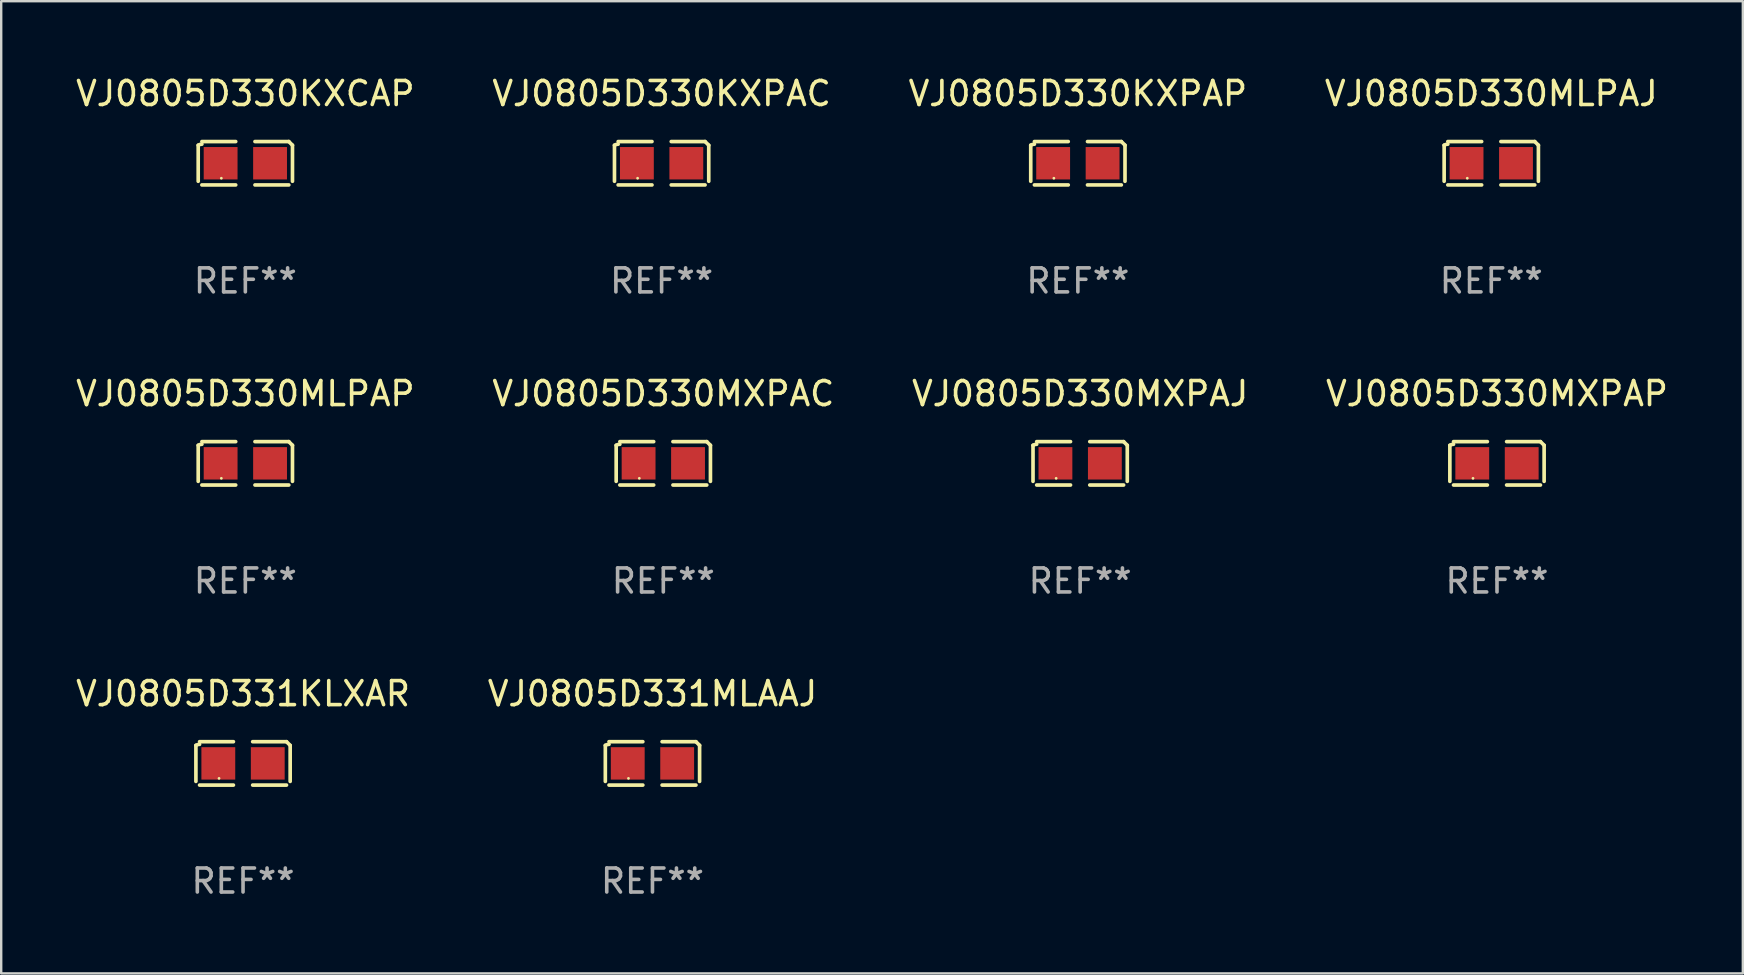
<source format=kicad_pcb>
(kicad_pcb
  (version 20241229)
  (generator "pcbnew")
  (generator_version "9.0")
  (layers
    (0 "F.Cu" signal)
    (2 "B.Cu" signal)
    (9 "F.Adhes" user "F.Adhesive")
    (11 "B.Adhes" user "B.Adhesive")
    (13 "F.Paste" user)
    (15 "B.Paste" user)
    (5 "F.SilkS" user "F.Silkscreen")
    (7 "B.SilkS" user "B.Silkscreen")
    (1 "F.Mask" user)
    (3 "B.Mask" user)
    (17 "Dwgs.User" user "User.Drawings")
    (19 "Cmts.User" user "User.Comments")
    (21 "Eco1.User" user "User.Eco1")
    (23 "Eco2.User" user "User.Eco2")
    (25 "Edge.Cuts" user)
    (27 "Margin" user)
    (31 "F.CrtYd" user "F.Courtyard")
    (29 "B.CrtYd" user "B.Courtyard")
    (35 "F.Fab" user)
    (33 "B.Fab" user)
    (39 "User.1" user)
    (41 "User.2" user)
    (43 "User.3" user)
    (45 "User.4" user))
  (footprint "VJ0805D330KXPAP"
    (layer "F.Cu")
    (at 41.863 3.752)
    (property "Reference" "VJ0805D330KXPAP" (at 0 -2.904 0) (layer "F.SilkS") (effects (font (size 1 1) (thickness 0.15))))
    (attr through_hole)
    (fp_line (start -1.964 0.751) (end -1.964 -0.751) (stroke (width 0.152) (type solid)) (layer "F.SilkS"))
    (fp_line (start -1.811 -0.904) (end -0.401 -0.904) (stroke (width 0.152) (type solid)) (layer "F.SilkS"))
    (fp_line (start -0.401 0.904) (end -1.811 0.904) (stroke (width 0.152) (type solid)) (layer "F.SilkS"))
    (fp_line (start 0.401 0.904) (end 1.811 0.904) (stroke (width 0.152) (type solid)) (layer "F.SilkS"))
    (fp_line (start 1.811 -0.904) (end 0.401 -0.904) (stroke (width 0.152) (type solid)) (layer "F.SilkS"))
    (fp_line (start 1.964 0.751) (end 1.964 -0.751) (stroke (width 0.152) (type solid)) (layer "F.SilkS"))
    (fp_arc (start -1.963602 -0.751207) (mid -1.890354 -0.783131) (end -1.811201 -0.794044) (stroke (width 0.1524) (type solid)) (layer "F.SilkS"))
    (fp_arc (start 1.811202 -0.903607) (mid 1.887413 -0.827418) (end 1.963602 -0.751207) (stroke (width 0.1524) (type solid)) (layer "F.SilkS"))
    (fp_circle (center -1 0.625) (end -0.97 0.625) (stroke (width 0.06) (type solid)) (fill no) (layer "F.SilkS"))
    (fp_text user "REF**" (at 0 4.904 0) (layer "F.Fab") (effects (font (size 1 1) (thickness 0.15))))
    (pad "1" smd rect (at -1.03 0) (size 1.41 1.35) (layers "F.Cu" "F.Mask" "F.Paste"))
    (pad "2" smd rect (at 1.03 0) (size 1.41 1.35) (layers "F.Cu" "F.Mask" "F.Paste")))
  (footprint "VJ0805D330KXCAP"
    (layer "F.Cu")
    (at 7.173 3.752)
    (property "Reference" "VJ0805D330KXCAP" (at 0 -2.904 0) (layer "F.SilkS") (effects (font (size 1 1) (thickness 0.15))))
    (attr through_hole)
    (fp_line (start -1.964 0.751) (end -1.964 -0.751) (stroke (width 0.152) (type solid)) (layer "F.SilkS"))
    (fp_line (start -1.811 -0.904) (end -0.401 -0.904) (stroke (width 0.152) (type solid)) (layer "F.SilkS"))
    (fp_line (start -0.401 0.904) (end -1.811 0.904) (stroke (width 0.152) (type solid)) (layer "F.SilkS"))
    (fp_line (start 0.401 0.904) (end 1.811 0.904) (stroke (width 0.152) (type solid)) (layer "F.SilkS"))
    (fp_line (start 1.811 -0.904) (end 0.401 -0.904) (stroke (width 0.152) (type solid)) (layer "F.SilkS"))
    (fp_line (start 1.964 0.751) (end 1.964 -0.751) (stroke (width 0.152) (type solid)) (layer "F.SilkS"))
    (fp_arc (start -1.963602 -0.751207) (mid -1.890354 -0.783131) (end -1.811201 -0.794044) (stroke (width 0.1524) (type solid)) (layer "F.SilkS"))
    (fp_arc (start 1.811202 -0.903607) (mid 1.887413 -0.827418) (end 1.963602 -0.751207) (stroke (width 0.1524) (type solid)) (layer "F.SilkS"))
    (fp_circle (center -1 0.625) (end -0.97 0.625) (stroke (width 0.06) (type solid)) (fill no) (layer "F.SilkS"))
    (fp_text user "REF**" (at 0 4.904 0) (layer "F.Fab") (effects (font (size 1 1) (thickness 0.15))))
    (pad "1" smd rect (at -1.03 0) (size 1.41 1.35) (layers "F.Cu" "F.Mask" "F.Paste"))
    (pad "2" smd rect (at 1.03 0) (size 1.41 1.35) (layers "F.Cu" "F.Mask" "F.Paste")))
  (footprint "VJ0805D330MXPAJ"
    (layer "F.Cu")
    (at 41.958 16.256)
    (property "Reference" "VJ0805D330MXPAJ" (at 0 -2.904 0) (layer "F.SilkS") (effects (font (size 1 1) (thickness 0.15))))
    (attr through_hole)
    (fp_line (start -1.964 0.751) (end -1.964 -0.751) (stroke (width 0.152) (type solid)) (layer "F.SilkS"))
    (fp_line (start -1.811 -0.904) (end -0.401 -0.904) (stroke (width 0.152) (type solid)) (layer "F.SilkS"))
    (fp_line (start -0.401 0.904) (end -1.811 0.904) (stroke (width 0.152) (type solid)) (layer "F.SilkS"))
    (fp_line (start 0.401 0.904) (end 1.811 0.904) (stroke (width 0.152) (type solid)) (layer "F.SilkS"))
    (fp_line (start 1.811 -0.904) (end 0.401 -0.904) (stroke (width 0.152) (type solid)) (layer "F.SilkS"))
    (fp_line (start 1.964 0.751) (end 1.964 -0.751) (stroke (width 0.152) (type solid)) (layer "F.SilkS"))
    (fp_arc (start -1.963602 -0.751207) (mid -1.890354 -0.783131) (end -1.811201 -0.794044) (stroke (width 0.1524) (type solid)) (layer "F.SilkS"))
    (fp_arc (start 1.811202 -0.903607) (mid 1.887413 -0.827418) (end 1.963602 -0.751207) (stroke (width 0.1524) (type solid)) (layer "F.SilkS"))
    (fp_circle (center -1 0.625) (end -0.97 0.625) (stroke (width 0.06) (type solid)) (fill no) (layer "F.SilkS"))
    (fp_text user "REF**" (at 0 4.904 0) (layer "F.Fab") (effects (font (size 1 1) (thickness 0.15))))
    (pad "1" smd rect (at -1.03 0) (size 1.41 1.35) (layers "F.Cu" "F.Mask" "F.Paste"))
    (pad "2" smd rect (at 1.03 0) (size 1.41 1.35) (layers "F.Cu" "F.Mask" "F.Paste")))
  (footprint "VJ0805D331KLXAR"
    (layer "F.Cu")
    (at 7.077 28.759)
    (property "Reference" "VJ0805D331KLXAR" (at 0 -2.904 0) (layer "F.SilkS") (effects (font (size 1 1) (thickness 0.15))))
    (attr through_hole)
    (fp_line (start -1.964 0.751) (end -1.964 -0.751) (stroke (width 0.152) (type solid)) (layer "F.SilkS"))
    (fp_line (start -1.811 -0.904) (end -0.401 -0.904) (stroke (width 0.152) (type solid)) (layer "F.SilkS"))
    (fp_line (start -0.401 0.904) (end -1.811 0.904) (stroke (width 0.152) (type solid)) (layer "F.SilkS"))
    (fp_line (start 0.401 0.904) (end 1.811 0.904) (stroke (width 0.152) (type solid)) (layer "F.SilkS"))
    (fp_line (start 1.811 -0.904) (end 0.401 -0.904) (stroke (width 0.152) (type solid)) (layer "F.SilkS"))
    (fp_line (start 1.964 0.751) (end 1.964 -0.751) (stroke (width 0.152) (type solid)) (layer "F.SilkS"))
    (fp_arc (start -1.963602 -0.751207) (mid -1.890354 -0.783131) (end -1.811201 -0.794044) (stroke (width 0.1524) (type solid)) (layer "F.SilkS"))
    (fp_arc (start 1.811202 -0.903607) (mid 1.887413 -0.827418) (end 1.963602 -0.751207) (stroke (width 0.1524) (type solid)) (layer "F.SilkS"))
    (fp_circle (center -1 0.625) (end -0.97 0.625) (stroke (width 0.06) (type solid)) (fill no) (layer "F.SilkS"))
    (fp_text user "REF**" (at 0 4.904 0) (layer "F.Fab") (effects (font (size 1 1) (thickness 0.15))))
    (pad "1" smd rect (at -1.03 0) (size 1.41 1.35) (layers "F.Cu" "F.Mask" "F.Paste"))
    (pad "2" smd rect (at 1.03 0) (size 1.41 1.35) (layers "F.Cu" "F.Mask" "F.Paste")))
  (footprint "VJ0805D330MXPAC"
    (layer "F.Cu")
    (at 24.589 16.256)
    (property "Reference" "VJ0805D330MXPAC" (at 0 -2.904 0) (layer "F.SilkS") (effects (font (size 1 1) (thickness 0.15))))
    (attr through_hole)
    (fp_line (start -1.964 0.751) (end -1.964 -0.751) (stroke (width 0.152) (type solid)) (layer "F.SilkS"))
    (fp_line (start -1.811 -0.904) (end -0.401 -0.904) (stroke (width 0.152) (type solid)) (layer "F.SilkS"))
    (fp_line (start -0.401 0.904) (end -1.811 0.904) (stroke (width 0.152) (type solid)) (layer "F.SilkS"))
    (fp_line (start 0.401 0.904) (end 1.811 0.904) (stroke (width 0.152) (type solid)) (layer "F.SilkS"))
    (fp_line (start 1.811 -0.904) (end 0.401 -0.904) (stroke (width 0.152) (type solid)) (layer "F.SilkS"))
    (fp_line (start 1.964 0.751) (end 1.964 -0.751) (stroke (width 0.152) (type solid)) (layer "F.SilkS"))
    (fp_arc (start -1.963602 -0.751207) (mid -1.890354 -0.783131) (end -1.811201 -0.794044) (stroke (width 0.1524) (type solid)) (layer "F.SilkS"))
    (fp_arc (start 1.811202 -0.903607) (mid 1.887413 -0.827418) (end 1.963602 -0.751207) (stroke (width 0.1524) (type solid)) (layer "F.SilkS"))
    (fp_circle (center -1 0.625) (end -0.97 0.625) (stroke (width 0.06) (type solid)) (fill no) (layer "F.SilkS"))
    (fp_text user "REF**" (at 0 4.904 0) (layer "F.Fab") (effects (font (size 1 1) (thickness 0.15))))
    (pad "1" smd rect (at -1.03 0) (size 1.41 1.35) (layers "F.Cu" "F.Mask" "F.Paste"))
    (pad "2" smd rect (at 1.03 0) (size 1.41 1.35) (layers "F.Cu" "F.Mask" "F.Paste")))
  (footprint "VJ0805D331MLAAJ"
    (layer "F.Cu")
    (at 24.137 28.759)
    (property "Reference" "VJ0805D331MLAAJ" (at 0 -2.904 0) (layer "F.SilkS") (effects (font (size 1 1) (thickness 0.15))))
    (attr through_hole)
    (fp_line (start -1.964 0.751) (end -1.964 -0.751) (stroke (width 0.152) (type solid)) (layer "F.SilkS"))
    (fp_line (start -1.811 -0.904) (end -0.401 -0.904) (stroke (width 0.152) (type solid)) (layer "F.SilkS"))
    (fp_line (start -0.401 0.904) (end -1.811 0.904) (stroke (width 0.152) (type solid)) (layer "F.SilkS"))
    (fp_line (start 0.401 0.904) (end 1.811 0.904) (stroke (width 0.152) (type solid)) (layer "F.SilkS"))
    (fp_line (start 1.811 -0.904) (end 0.401 -0.904) (stroke (width 0.152) (type solid)) (layer "F.SilkS"))
    (fp_line (start 1.964 0.751) (end 1.964 -0.751) (stroke (width 0.152) (type solid)) (layer "F.SilkS"))
    (fp_arc (start -1.963602 -0.751207) (mid -1.890354 -0.783131) (end -1.811201 -0.794044) (stroke (width 0.1524) (type solid)) (layer "F.SilkS"))
    (fp_arc (start 1.811202 -0.903607) (mid 1.887413 -0.827418) (end 1.963602 -0.751207) (stroke (width 0.1524) (type solid)) (layer "F.SilkS"))
    (fp_circle (center -1 0.625) (end -0.97 0.625) (stroke (width 0.06) (type solid)) (fill no) (layer "F.SilkS"))
    (fp_text user "REF**" (at 0 4.904 0) (layer "F.Fab") (effects (font (size 1 1) (thickness 0.15))))
    (pad "1" smd rect (at -1.03 0) (size 1.41 1.35) (layers "F.Cu" "F.Mask" "F.Paste"))
    (pad "2" smd rect (at 1.03 0) (size 1.41 1.35) (layers "F.Cu" "F.Mask" "F.Paste")))
  (footprint "VJ0805D330MLPAP"
    (layer "F.Cu")
    (at 7.173 16.256)
    (property "Reference" "VJ0805D330MLPAP" (at 0 -2.904 0) (layer "F.SilkS") (effects (font (size 1 1) (thickness 0.15))))
    (attr through_hole)
    (fp_line (start -1.964 0.751) (end -1.964 -0.751) (stroke (width 0.152) (type solid)) (layer "F.SilkS"))
    (fp_line (start -1.811 -0.904) (end -0.401 -0.904) (stroke (width 0.152) (type solid)) (layer "F.SilkS"))
    (fp_line (start -0.401 0.904) (end -1.811 0.904) (stroke (width 0.152) (type solid)) (layer "F.SilkS"))
    (fp_line (start 0.401 0.904) (end 1.811 0.904) (stroke (width 0.152) (type solid)) (layer "F.SilkS"))
    (fp_line (start 1.811 -0.904) (end 0.401 -0.904) (stroke (width 0.152) (type solid)) (layer "F.SilkS"))
    (fp_line (start 1.964 0.751) (end 1.964 -0.751) (stroke (width 0.152) (type solid)) (layer "F.SilkS"))
    (fp_arc (start -1.963602 -0.751207) (mid -1.890354 -0.783131) (end -1.811201 -0.794044) (stroke (width 0.1524) (type solid)) (layer "F.SilkS"))
    (fp_arc (start 1.811202 -0.903607) (mid 1.887413 -0.827418) (end 1.963602 -0.751207) (stroke (width 0.1524) (type solid)) (layer "F.SilkS"))
    (fp_circle (center -1 0.625) (end -0.97 0.625) (stroke (width 0.06) (type solid)) (fill no) (layer "F.SilkS"))
    (fp_text user "REF**" (at 0 4.904 0) (layer "F.Fab") (effects (font (size 1 1) (thickness 0.15))))
    (pad "1" smd rect (at -1.03 0) (size 1.41 1.35) (layers "F.Cu" "F.Mask" "F.Paste"))
    (pad "2" smd rect (at 1.03 0) (size 1.41 1.35) (layers "F.Cu" "F.Mask" "F.Paste")))
  (footprint "VJ0805D330MLPAJ"
    (layer "F.Cu")
    (at 59.089 3.752)
    (property "Reference" "VJ0805D330MLPAJ" (at 0 -2.904 0) (layer "F.SilkS") (effects (font (size 1 1) (thickness 0.15))))
    (attr through_hole)
    (fp_line (start -1.964 0.751) (end -1.964 -0.751) (stroke (width 0.152) (type solid)) (layer "F.SilkS"))
    (fp_line (start -1.811 -0.904) (end -0.401 -0.904) (stroke (width 0.152) (type solid)) (layer "F.SilkS"))
    (fp_line (start -0.401 0.904) (end -1.811 0.904) (stroke (width 0.152) (type solid)) (layer "F.SilkS"))
    (fp_line (start 0.401 0.904) (end 1.811 0.904) (stroke (width 0.152) (type solid)) (layer "F.SilkS"))
    (fp_line (start 1.811 -0.904) (end 0.401 -0.904) (stroke (width 0.152) (type solid)) (layer "F.SilkS"))
    (fp_line (start 1.964 0.751) (end 1.964 -0.751) (stroke (width 0.152) (type solid)) (layer "F.SilkS"))
    (fp_arc (start -1.963602 -0.751207) (mid -1.890354 -0.783131) (end -1.811201 -0.794044) (stroke (width 0.1524) (type solid)) (layer "F.SilkS"))
    (fp_arc (start 1.811202 -0.903607) (mid 1.887413 -0.827418) (end 1.963602 -0.751207) (stroke (width 0.1524) (type solid)) (layer "F.SilkS"))
    (fp_circle (center -1 0.625) (end -0.97 0.625) (stroke (width 0.06) (type solid)) (fill no) (layer "F.SilkS"))
    (fp_text user "REF**" (at 0 4.904 0) (layer "F.Fab") (effects (font (size 1 1) (thickness 0.15))))
    (pad "1" smd rect (at -1.03 0) (size 1.41 1.35) (layers "F.Cu" "F.Mask" "F.Paste"))
    (pad "2" smd rect (at 1.03 0) (size 1.41 1.35) (layers "F.Cu" "F.Mask" "F.Paste")))
  (footprint "VJ0805D330MXPAP"
    (layer "F.Cu")
    (at 59.327 16.256)
    (property "Reference" "VJ0805D330MXPAP" (at 0 -2.904 0) (layer "F.SilkS") (effects (font (size 1 1) (thickness 0.15))))
    (attr through_hole)
    (fp_line (start -1.964 0.751) (end -1.964 -0.751) (stroke (width 0.152) (type solid)) (layer "F.SilkS"))
    (fp_line (start -1.811 -0.904) (end -0.401 -0.904) (stroke (width 0.152) (type solid)) (layer "F.SilkS"))
    (fp_line (start -0.401 0.904) (end -1.811 0.904) (stroke (width 0.152) (type solid)) (layer "F.SilkS"))
    (fp_line (start 0.401 0.904) (end 1.811 0.904) (stroke (width 0.152) (type solid)) (layer "F.SilkS"))
    (fp_line (start 1.811 -0.904) (end 0.401 -0.904) (stroke (width 0.152) (type solid)) (layer "F.SilkS"))
    (fp_line (start 1.964 0.751) (end 1.964 -0.751) (stroke (width 0.152) (type solid)) (layer "F.SilkS"))
    (fp_arc (start -1.963602 -0.751207) (mid -1.890354 -0.783131) (end -1.811201 -0.794044) (stroke (width 0.1524) (type solid)) (layer "F.SilkS"))
    (fp_arc (start 1.811202 -0.903607) (mid 1.887413 -0.827418) (end 1.963602 -0.751207) (stroke (width 0.1524) (type solid)) (layer "F.SilkS"))
    (fp_circle (center -1 0.625) (end -0.97 0.625) (stroke (width 0.06) (type solid)) (fill no) (layer "F.SilkS"))
    (fp_text user "REF**" (at 0 4.904 0) (layer "F.Fab") (effects (font (size 1 1) (thickness 0.15))))
    (pad "1" smd rect (at -1.03 0) (size 1.41 1.35) (layers "F.Cu" "F.Mask" "F.Paste"))
    (pad "2" smd rect (at 1.03 0) (size 1.41 1.35) (layers "F.Cu" "F.Mask" "F.Paste")))
  (footprint "VJ0805D330KXPAC"
    (layer "F.Cu")
    (at 24.518 3.752)
    (property "Reference" "VJ0805D330KXPAC" (at 0 -2.904 0) (layer "F.SilkS") (effects (font (size 1 1) (thickness 0.15))))
    (attr through_hole)
    (fp_line (start -1.964 0.751) (end -1.964 -0.751) (stroke (width 0.152) (type solid)) (layer "F.SilkS"))
    (fp_line (start -1.811 -0.904) (end -0.401 -0.904) (stroke (width 0.152) (type solid)) (layer "F.SilkS"))
    (fp_line (start -0.401 0.904) (end -1.811 0.904) (stroke (width 0.152) (type solid)) (layer "F.SilkS"))
    (fp_line (start 0.401 0.904) (end 1.811 0.904) (stroke (width 0.152) (type solid)) (layer "F.SilkS"))
    (fp_line (start 1.811 -0.904) (end 0.401 -0.904) (stroke (width 0.152) (type solid)) (layer "F.SilkS"))
    (fp_line (start 1.964 0.751) (end 1.964 -0.751) (stroke (width 0.152) (type solid)) (layer "F.SilkS"))
    (fp_arc (start -1.963602 -0.751207) (mid -1.890354 -0.783131) (end -1.811201 -0.794044) (stroke (width 0.1524) (type solid)) (layer "F.SilkS"))
    (fp_arc (start 1.811202 -0.903607) (mid 1.887413 -0.827418) (end 1.963602 -0.751207) (stroke (width 0.1524) (type solid)) (layer "F.SilkS"))
    (fp_circle (center -1 0.625) (end -0.97 0.625) (stroke (width 0.06) (type solid)) (fill no) (layer "F.SilkS"))
    (fp_text user "REF**" (at 0 4.904 0) (layer "F.Fab") (effects (font (size 1 1) (thickness 0.15))))
    (pad "1" smd rect (at -1.03 0) (size 1.41 1.35) (layers "F.Cu" "F.Mask" "F.Paste"))
    (pad "2" smd rect (at 1.03 0) (size 1.41 1.35) (layers "F.Cu" "F.Mask" "F.Paste")))
  (gr_rect
    (start -3 -3)
    (end 69.571 37.511)
    (stroke (width 0.1) (type default))
    (fill no)
    (layer "Edge.Cuts")))
</source>
